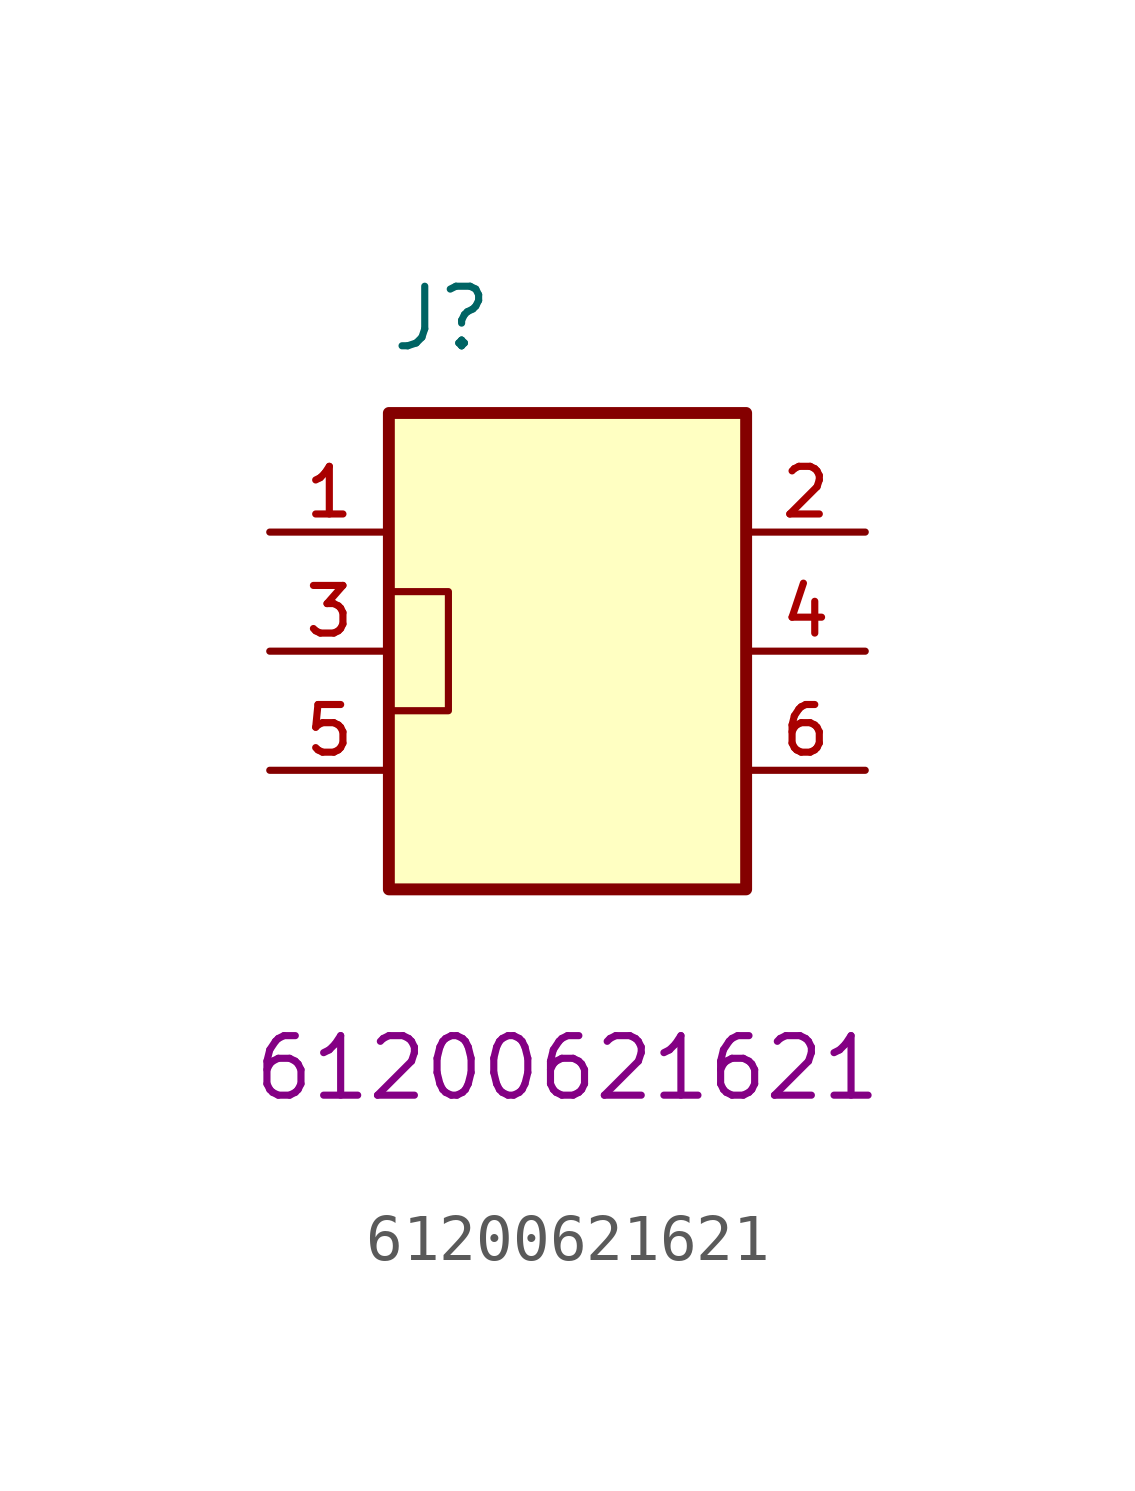
<source format=kicad_sym>
(kicad_symbol_lib
  (version 20241209)
  (generator "kicad_symbol_editor")
  (generator_version "9.0")
  (symbol "61200621621"
    (pin_names
      (offset 1.016))
    (property "Reference" "J"
      (at -3.81 7.62 0)
      (effects (font (size 1.27 1.27)) (justify left bottom)))
    (property "PartNumber" "61200621621"
      (at 0 -7.62 0)
      (effects (font (size 1.27 1.27))))
    (symbol "61200621621_0_0"
      (rectangle (start -3.81 6.35) (end 3.81 -3.81) (stroke (width 0.254) (type default)) (fill (type background))))
    (symbol "61200621621_0_1"
      (rectangle (start -3.81 2.54) (end -2.54 0) (stroke (width 0) (type default)) (fill (type none))))
    (symbol "61200621621_1_0"
      (pin passive line (at -6.35 3.81 0) (length 2.54) (name "~" (effects (font (size 1.016 1.016)))) (number "1" (effects (font (size 1.016 1.016)))))
      (pin passive line (at -6.35 1.27 0) (length 2.54) (name "~" (effects (font (size 1.016 1.016)))) (number "3" (effects (font (size 1.016 1.016)))))
      (pin passive line (at -6.35 -1.27 0) (length 2.54) (name "~" (effects (font (size 1.016 1.016)))) (number "5" (effects (font (size 1.016 1.016)))))
      (pin passive line (at 6.35 3.81 180) (length 2.54) (name "~" (effects (font (size 1.016 1.016)))) (number "2" (effects (font (size 1.016 1.016)))))
      (pin passive line (at 6.35 1.27 180) (length 2.54) (name "~" (effects (font (size 1.016 1.016)))) (number "4" (effects (font (size 1.016 1.016)))))
      (pin passive line (at 6.35 -1.27 180) (length 2.54) (name "~" (effects (font (size 1.016 1.016)))) (number "6" (effects (font (size 1.016 1.016))))))))
</source>
